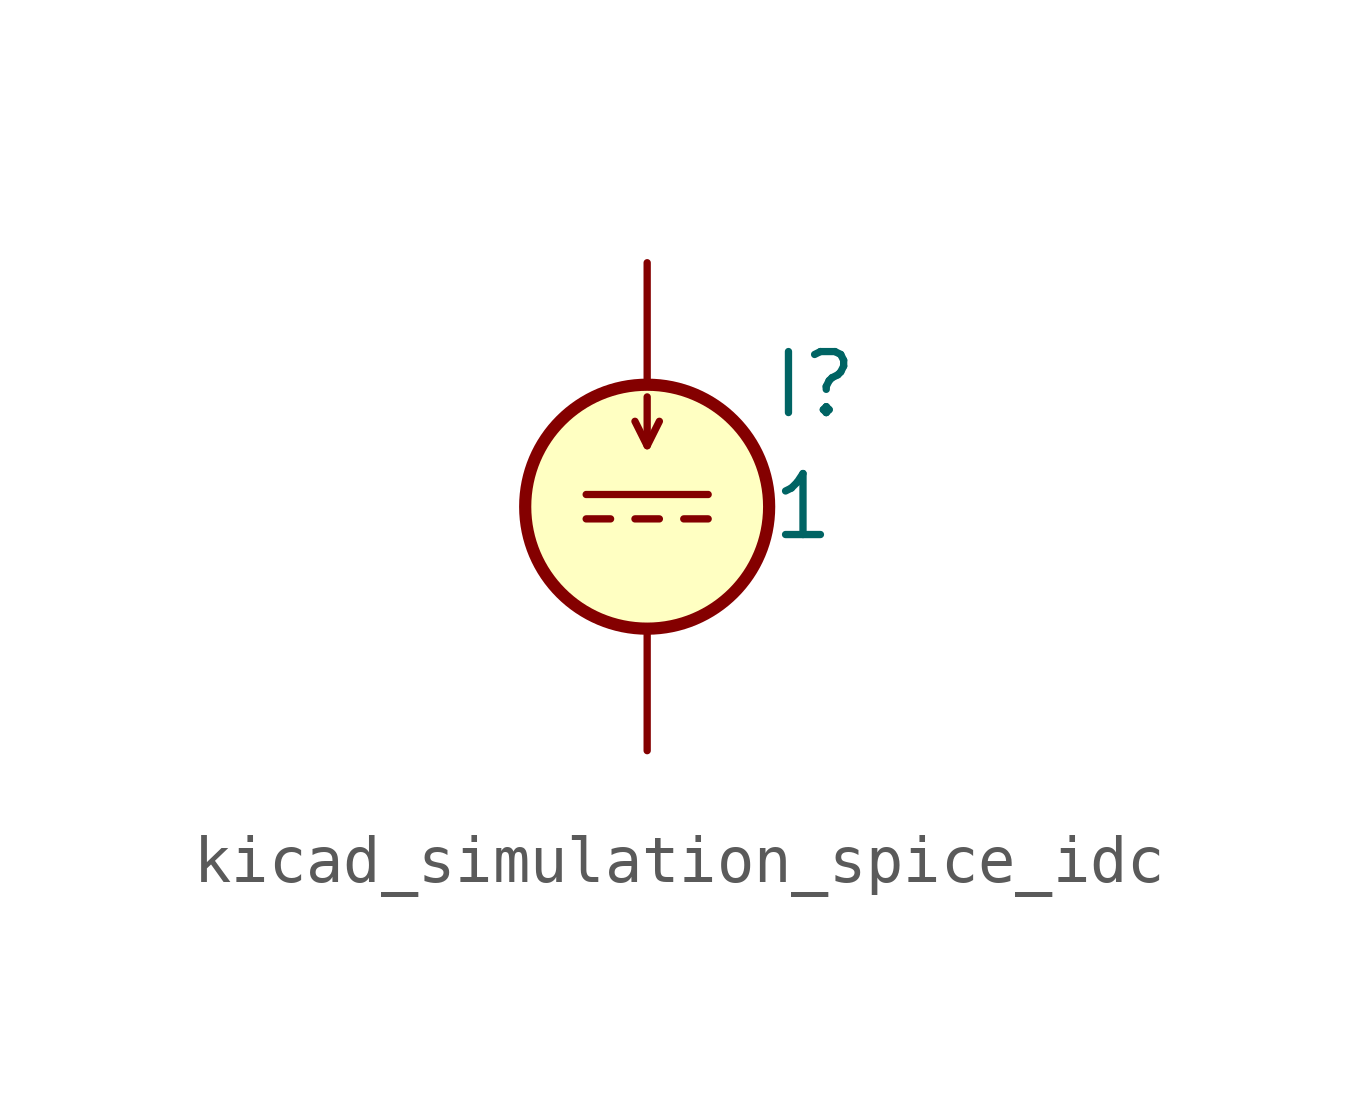
<source format=kicad_sym>
(kicad_symbol_lib
  (version 20220914)
  (generator kicad_symbol_editor)
  (symbol "kicad_simulation_spice_idc"
    (pin_numbers hide)
    (pin_names
      (offset 0.025))
    (property "Reference" "I"
      (at 2.54 2.54 0)
      (effects (font (size 1.27 1.27)) (justify left)))
    (property "Value" "1"
      (at 2.54 0 0)
      (effects (font (size 1.27 1.27)) (justify left)))
    (symbol "kicad_simulation_spice_idc_0_0"
      (polyline (pts (xy -1.27 0.254) (xy 1.27 0.254)) (stroke (width 0) (type default)) (fill (type none)))
      (polyline (pts (xy -0.762 -0.254) (xy -1.27 -0.254)) (stroke (width 0) (type default)) (fill (type none)))
      (polyline (pts (xy 0.254 -0.254) (xy -0.254 -0.254)) (stroke (width 0) (type default)) (fill (type none)))
      (polyline (pts (xy 1.27 -0.254) (xy 0.762 -0.254)) (stroke (width 0) (type default)) (fill (type none))))
    (symbol "kicad_simulation_spice_idc_0_1"
      (polyline (pts (xy 0 1.27) (xy 0 2.286)) (stroke (width 0) (type default)) (fill (type none)))
      (polyline (pts (xy -0.254 1.778) (xy 0 1.27) (xy 0.254 1.778)) (stroke (width 0) (type default)) (fill (type none)))
      (circle (center 0 0) (radius 2.54) (stroke (width 0.254) (type default)) (fill (type background))))
    (symbol "kicad_simulation_spice_idc_1_1"
      (pin passive line (at 0 5.08 270) (length 2.54) (name "~" (effects (font (size 1.27 1.27)))) (number "1" (effects (font (size 1.27 1.27)))))
      (pin passive line (at 0 -5.08 90) (length 2.54) (name "~" (effects (font (size 1.27 1.27)))) (number "2" (effects (font (size 1.27 1.27))))))))
</source>
